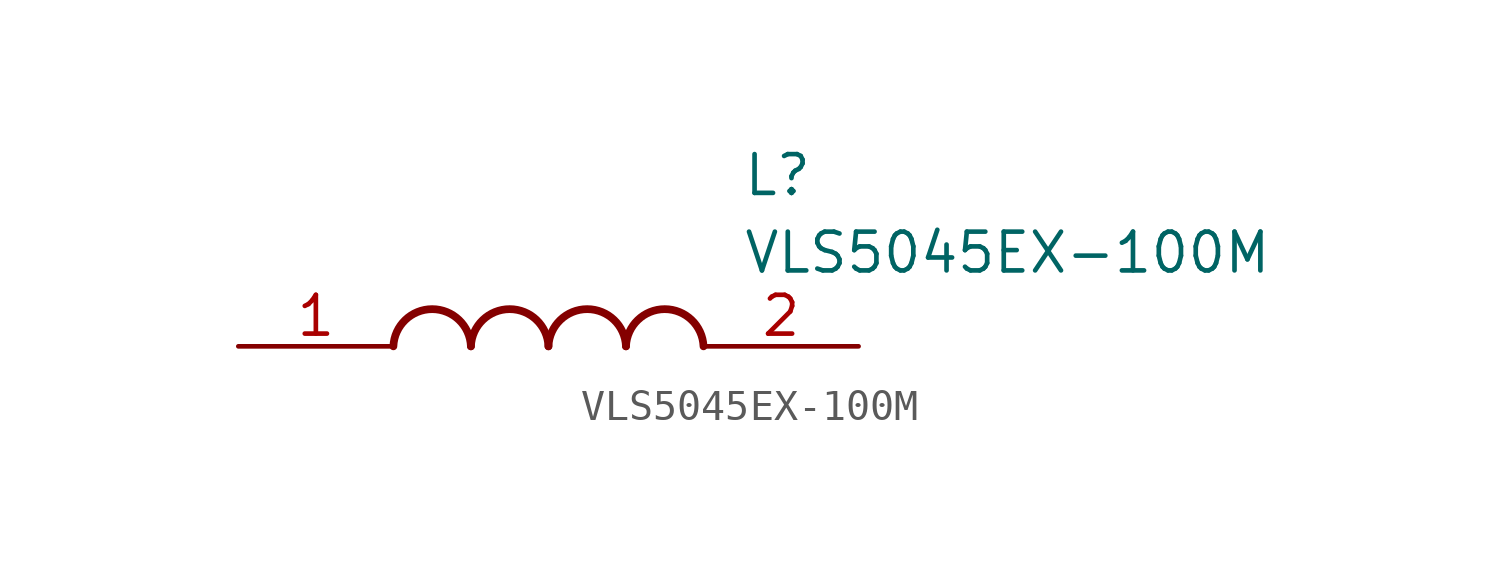
<source format=kicad_sym>
(kicad_symbol_lib
  (version 20211014)
  (generator SamacSys_ECAD_Model)
  (symbol "VLS5045EX-100M"
    (pin_names hide)
    (property "Reference" "L"
      (at 16.51 6.35 0)
      (effects (font (size 1.27 1.27)) (justify left top)))
    (property "Value" "VLS5045EX-100M"
      (at 16.51 3.81 0)
      (effects (font (size 1.27 1.27)) (justify left top)))
    (arc
      (start 7.62 0)
      (mid 6.35 1.219)
      (end 5.08 0)
      (stroke (width 0.254) (type default))
      (fill (type none)))
    (arc
      (start 10.16 0)
      (mid 8.89 1.219)
      (end 7.62 0)
      (stroke (width 0.254) (type default))
      (fill (type none)))
    (arc
      (start 12.7 0)
      (mid 11.43 1.219)
      (end 10.16 0)
      (stroke (width 0.254) (type default))
      (fill (type none)))
    (arc
      (start 15.24 0)
      (mid 13.97 1.219)
      (end 12.7 0)
      (stroke (width 0.254) (type default))
      (fill (type none)))
    (pin passive line
      (at 0 0 0)
      (length 5.08)
      (name "1" (effects (font (size 1.27 1.27))))
      (number "1" (effects (font (size 1.27 1.27)))))
    (pin passive line
      (at 20.32 0 180)
      (length 5.08)
      (name "2" (effects (font (size 1.27 1.27))))
      (number "2" (effects (font (size 1.27 1.27)))))))
</source>
